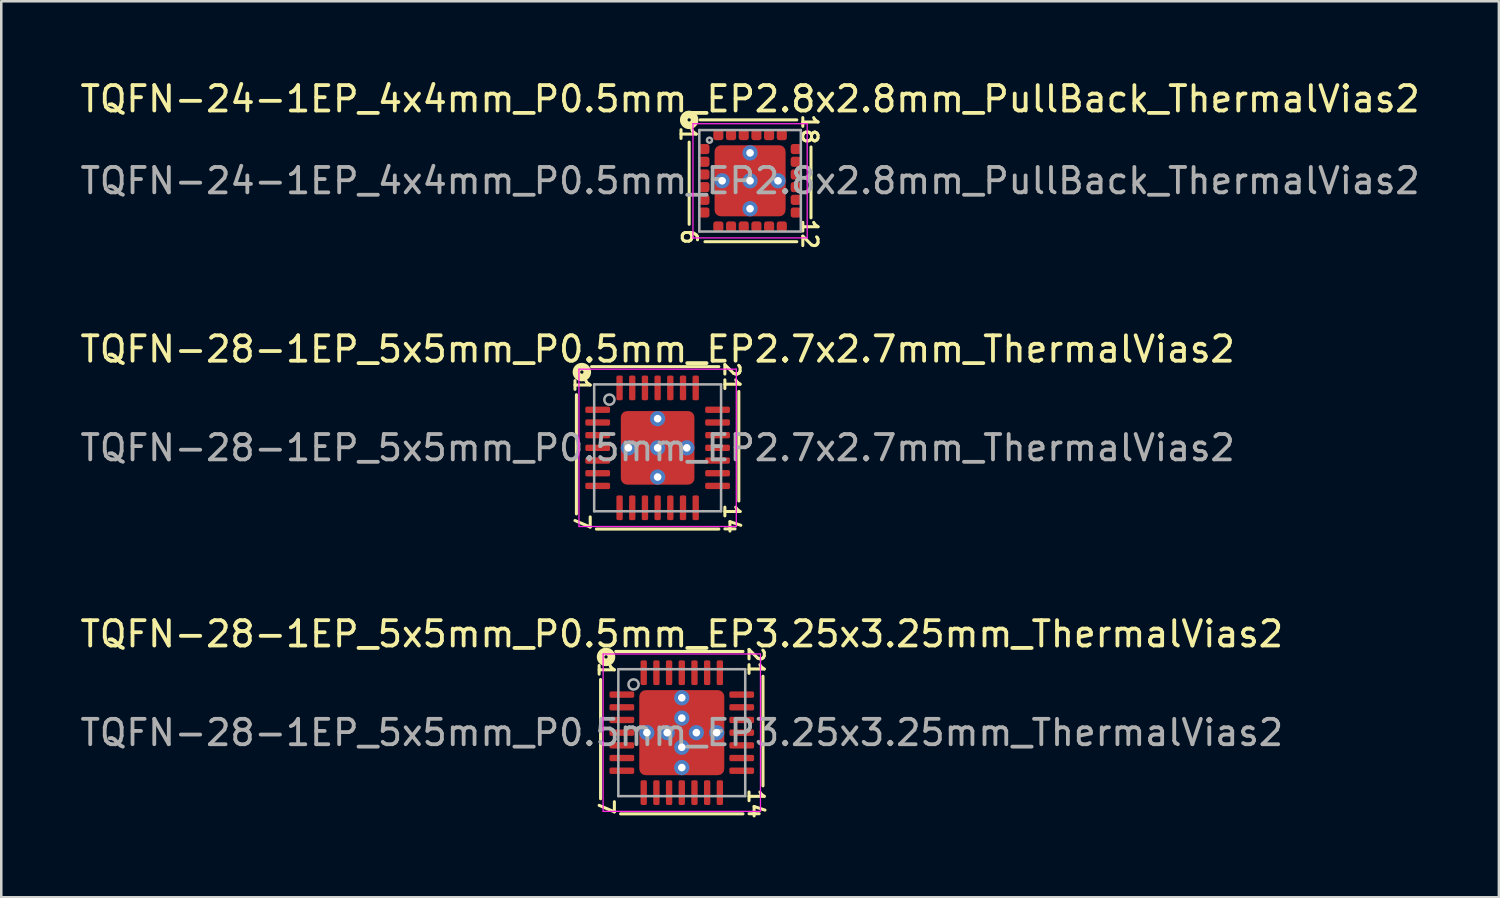
<source format=kicad_pcb>
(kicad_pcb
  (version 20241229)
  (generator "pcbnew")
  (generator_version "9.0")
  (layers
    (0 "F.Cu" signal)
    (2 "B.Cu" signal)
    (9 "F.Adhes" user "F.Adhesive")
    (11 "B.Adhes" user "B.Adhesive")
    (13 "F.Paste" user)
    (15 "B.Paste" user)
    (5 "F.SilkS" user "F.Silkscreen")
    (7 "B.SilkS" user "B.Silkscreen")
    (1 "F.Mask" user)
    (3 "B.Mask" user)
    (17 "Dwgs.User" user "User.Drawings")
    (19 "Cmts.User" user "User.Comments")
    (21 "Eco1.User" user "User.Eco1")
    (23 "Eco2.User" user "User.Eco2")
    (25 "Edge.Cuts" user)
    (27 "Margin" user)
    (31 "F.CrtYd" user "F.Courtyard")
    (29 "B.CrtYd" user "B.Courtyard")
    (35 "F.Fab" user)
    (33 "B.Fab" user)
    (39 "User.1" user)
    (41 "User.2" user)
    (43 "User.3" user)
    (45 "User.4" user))
  (footprint "TQFN-24-1EP_4x4mm_P0.5mm_EP2.8x2.8mm_PullBack_ThermalVias2"
    (layer "F.Cu")
    (at 26.506 4.074)
    (property "Reference" "TQFN-24-1EP_4x4mm_P0.5mm_EP2.8x2.8mm_PullBack_ThermalVias2" (at 0 -3.225 0) (layer "F.SilkS") (effects (font (size 1 1) (thickness 0.15))))
    (attr smd)
    (fp_line (start -2.4 -1.524) (end -2.4 1.714) (stroke (width 0.12) (type solid)) (layer "F.SilkS"))
    (fp_line (start -1.778 2.4) (end 1.841 2.4) (stroke (width 0.12) (type solid)) (layer "F.SilkS"))
    (fp_line (start 1.841 -2.4) (end -1.968 -2.4) (stroke (width 0.12) (type solid)) (layer "F.SilkS"))
    (fp_line (start 2.4 1.46) (end 2.4 -1.333) (stroke (width 0.12) (type solid)) (layer "F.SilkS"))
    (fp_circle (center -2.4 -2.4) (end -2.336 -2.4) (stroke (width 0.3) (type solid)) (fill no) (layer "F.SilkS"))
    (fp_line (start -2.25 -2.25) (end -2.25 2.25) (stroke (width 0.05) (type solid)) (layer "F.CrtYd"))
    (fp_line (start -2.25 2.25) (end 2.25 2.25) (stroke (width 0.05) (type solid)) (layer "F.CrtYd"))
    (fp_line (start 2.25 -2.25) (end -2.25 -2.25) (stroke (width 0.05) (type solid)) (layer "F.CrtYd"))
    (fp_line (start 2.25 2.25) (end 2.25 -2.25) (stroke (width 0.05) (type solid)) (layer "F.CrtYd"))
    (fp_line (start -2 -2) (end 2 -2) (stroke (width 0.1) (type solid)) (layer "F.Fab"))
    (fp_line (start -2 2) (end -2 -2) (stroke (width 0.1) (type solid)) (layer "F.Fab"))
    (fp_line (start 2 -2) (end 2 2) (stroke (width 0.1) (type solid)) (layer "F.Fab"))
    (fp_line (start 2 2) (end -2 2) (stroke (width 0.1) (type solid)) (layer "F.Fab"))
    (fp_circle (center -1.6 -1.6) (end -1.5 -1.6) (stroke (width 0.1) (type solid)) (fill no) (layer "F.Fab"))
    (fp_text user "1" (at -2.45 -1.841 270) (unlocked yes) (layer "F.SilkS") (effects (font (size 0.6 0.6) (thickness 0.12))))
    (fp_text user "12" (at 2.349 2.095 270) (unlocked yes) (layer "F.SilkS") (effects (font (size 0.6 0.6) (thickness 0.12))))
    (fp_text user "6" (at -2.4 2.209 270) (unlocked yes) (layer "F.SilkS") (effects (font (size 0.6 0.6) (thickness 0.12))))
    (fp_text user "18" (at 2.349 -2.032 270) (unlocked yes) (layer "F.SilkS") (effects (font (size 0.6 0.6) (thickness 0.12))))
    (fp_text user "${REFERENCE}" (at 0 0 0) (layer "F.Fab") (effects (font (size 1 1) (thickness 0.15))))
    (pad "" smd roundrect (at -0.8 -0.8) (size 0.7 0.7) (layers "F.Paste") (roundrect_rratio 0.25))
    (pad "" smd roundrect (at -0.8 -0.8 270) (size 1 1) (layers "F.Mask") (roundrect_rratio 0.25))
    (pad "" smd roundrect (at -0.8 0.8) (size 0.7 0.7) (layers "F.Paste") (roundrect_rratio 0.25))
    (pad "" smd roundrect (at -0.8 0.8 270) (size 1 1) (layers "F.Mask") (roundrect_rratio 0.25))
    (pad "" smd roundrect (at 0.8 -0.8) (size 0.7 0.7) (layers "F.Paste") (roundrect_rratio 0.25))
    (pad "" smd roundrect (at 0.8 -0.8 270) (size 1 1) (layers "F.Mask") (roundrect_rratio 0.25))
    (pad "" smd roundrect (at 0.8 0.8) (size 0.7 0.7) (layers "F.Paste") (roundrect_rratio 0.25))
    (pad "" smd roundrect (at 0.8 0.8 270) (size 1 1) (layers "F.Mask") (roundrect_rratio 0.25))
    (pad "1" smd roundrect (at -1.8 -1.25) (size 0.4 0.4) (layers "F.Cu" "F.Mask" "F.Paste") (roundrect_rratio 0.25))
    (pad "2" smd roundrect (at -1.8 -0.75) (size 0.4 0.4) (layers "F.Cu" "F.Mask" "F.Paste") (roundrect_rratio 0.25))
    (pad "3" smd roundrect (at -1.8 -0.25) (size 0.4 0.4) (layers "F.Cu" "F.Mask" "F.Paste") (roundrect_rratio 0.25))
    (pad "4" smd roundrect (at -1.8 0.25) (size 0.4 0.4) (layers "F.Cu" "F.Mask" "F.Paste") (roundrect_rratio 0.25))
    (pad "5" smd roundrect (at -1.8 0.75) (size 0.4 0.4) (layers "F.Cu" "F.Mask" "F.Paste") (roundrect_rratio 0.25))
    (pad "6" smd roundrect (at -1.8 1.25) (size 0.4 0.4) (layers "F.Cu" "F.Mask" "F.Paste") (roundrect_rratio 0.25))
    (pad "7" smd roundrect (at -1.25 1.8) (size 0.4 0.4) (layers "F.Cu" "F.Mask" "F.Paste") (roundrect_rratio 0.25))
    (pad "8" smd roundrect (at -0.75 1.8) (size 0.4 0.4) (layers "F.Cu" "F.Mask" "F.Paste") (roundrect_rratio 0.25))
    (pad "9" smd roundrect (at -0.25 1.8) (size 0.4 0.4) (layers "F.Cu" "F.Mask" "F.Paste") (roundrect_rratio 0.25))
    (pad "10" smd roundrect (at 0.25 1.8) (size 0.4 0.4) (layers "F.Cu" "F.Mask" "F.Paste") (roundrect_rratio 0.25))
    (pad "11" smd roundrect (at 0.75 1.8) (size 0.4 0.4) (layers "F.Cu" "F.Mask" "F.Paste") (roundrect_rratio 0.25))
    (pad "12" smd roundrect (at 1.25 1.8) (size 0.4 0.4) (layers "F.Cu" "F.Mask" "F.Paste") (roundrect_rratio 0.25))
    (pad "13" smd roundrect (at 1.8 1.25) (size 0.4 0.4) (layers "F.Cu" "F.Mask" "F.Paste") (roundrect_rratio 0.25))
    (pad "14" smd roundrect (at 1.8 0.75) (size 0.4 0.4) (layers "F.Cu" "F.Mask" "F.Paste") (roundrect_rratio 0.25))
    (pad "15" smd roundrect (at 1.8 0.25) (size 0.4 0.4) (layers "F.Cu" "F.Mask" "F.Paste") (roundrect_rratio 0.25))
    (pad "16" smd roundrect (at 1.8 -0.25) (size 0.4 0.4) (layers "F.Cu" "F.Mask" "F.Paste") (roundrect_rratio 0.25))
    (pad "17" smd roundrect (at 1.8 -0.75) (size 0.4 0.4) (layers "F.Cu" "F.Mask" "F.Paste") (roundrect_rratio 0.25))
    (pad "18" smd roundrect (at 1.8 -1.25) (size 0.4 0.4) (layers "F.Cu" "F.Mask" "F.Paste") (roundrect_rratio 0.25))
    (pad "19" smd roundrect (at 1.25 -1.8) (size 0.4 0.4) (layers "F.Cu" "F.Mask" "F.Paste") (roundrect_rratio 0.25))
    (pad "20" smd roundrect (at 0.75 -1.8) (size 0.4 0.4) (layers "F.Cu" "F.Mask" "F.Paste") (roundrect_rratio 0.25))
    (pad "21" smd roundrect (at 0.25 -1.8) (size 0.4 0.4) (layers "F.Cu" "F.Mask" "F.Paste") (roundrect_rratio 0.25))
    (pad "22" smd roundrect (at -0.25 -1.8) (size 0.4 0.4) (layers "F.Cu" "F.Mask" "F.Paste") (roundrect_rratio 0.25))
    (pad "23" smd roundrect (at -0.75 -1.8) (size 0.4 0.4) (layers "F.Cu" "F.Mask" "F.Paste") (roundrect_rratio 0.25))
    (pad "24" smd roundrect (at -1.25 -1.8) (size 0.4 0.4) (layers "F.Cu" "F.Mask" "F.Paste") (roundrect_rratio 0.25))
    (pad "25" thru_hole circle (at -1.1 0 180) (size 0.6 0.6) (drill 0.3) (property pad_prop_heatsink) (layers "*.Cu" "*.Mask"))
    (pad "25" thru_hole circle (at 0 -1.1 180) (size 0.6 0.6) (drill 0.3) (property pad_prop_heatsink) (layers "*.Cu" "*.Mask"))
    (pad "25" thru_hole circle (at 0 0 180) (size 0.6 0.6) (drill 0.3) (property pad_prop_heatsink) (layers "*.Cu" "*.Mask"))
    (pad "25" smd roundrect (at 0 0) (size 2.8 2.8) (layers "F.Cu") (roundrect_rratio 0.089))
    (pad "25" thru_hole circle (at 0 1.1 180) (size 0.6 0.6) (drill 0.3) (property pad_prop_heatsink) (layers "*.Cu" "*.Mask"))
    (pad "25" thru_hole circle (at 1.1 0 180) (size 0.6 0.6) (drill 0.3) (property pad_prop_heatsink) (layers "*.Cu" "*.Mask")))
  (footprint "TQFN-28-1EP_5x5mm_P0.5mm_EP2.7x2.7mm_ThermalVias2"
    (layer "F.Cu")
    (at 22.863 14.597)
    (property "Reference" "TQFN-28-1EP_5x5mm_P0.5mm_EP2.7x2.7mm_ThermalVias2" (at 0 -3.889 0) (layer "F.SilkS") (effects (font (size 1 1) (thickness 0.15))))
    (attr smd)
    (fp_line (start -3.2 -2.095) (end -3.2 2.603) (stroke (width 0.12) (type solid)) (layer "F.SilkS"))
    (fp_line (start -2.413 3.2) (end 2.413 3.2) (stroke (width 0.12) (type solid)) (layer "F.SilkS"))
    (fp_line (start 2.413 -3.2) (end -2.603 -3.2) (stroke (width 0.12) (type solid)) (layer "F.SilkS"))
    (fp_line (start 3.2 2.095) (end 3.2 -2.223) (stroke (width 0.12) (type solid)) (layer "F.SilkS"))
    (fp_circle (center -2.985 -2.985) (end -2.921 -2.985) (stroke (width 0.3) (type solid)) (fill no) (layer "F.SilkS"))
    (fp_line (start -3.1 -3.1) (end -3.1 3.1) (stroke (width 0.05) (type solid)) (layer "F.CrtYd"))
    (fp_line (start -3.1 3.1) (end 3.1 3.1) (stroke (width 0.05) (type solid)) (layer "F.CrtYd"))
    (fp_line (start 3.1 -3.1) (end -3.1 -3.1) (stroke (width 0.05) (type solid)) (layer "F.CrtYd"))
    (fp_line (start 3.1 3.1) (end 3.1 -3.1) (stroke (width 0.05) (type solid)) (layer "F.CrtYd"))
    (fp_line (start -2.5 -2.5) (end 2.5 -2.5) (stroke (width 0.1) (type solid)) (layer "F.Fab"))
    (fp_line (start -2.5 2.5) (end -2.5 -2.5) (stroke (width 0.1) (type solid)) (layer "F.Fab"))
    (fp_line (start 2.5 -2.5) (end 2.5 2.5) (stroke (width 0.1) (type solid)) (layer "F.Fab"))
    (fp_line (start 2.5 2.5) (end -2.5 2.5) (stroke (width 0.1) (type solid)) (layer "F.Fab"))
    (fp_circle (center -1.9 -1.9) (end -1.7 -1.9) (stroke (width 0.1) (type solid)) (fill no) (layer "F.Fab"))
    (fp_text user "1" (at -2.985 -2.477 270) (unlocked yes) (layer "F.SilkS") (effects (font (size 0.6 0.6) (thickness 0.12))))
    (fp_text user "21" (at 2.921 -2.794 270) (unlocked yes) (layer "F.SilkS") (effects (font (size 0.6 0.6) (thickness 0.12))))
    (fp_text user "7" (at -2.985 2.921 270) (unlocked yes) (layer "F.SilkS") (effects (font (size 0.6 0.6) (thickness 0.12))))
    (fp_text user "14" (at 2.921 2.794 270) (unlocked yes) (layer "F.SilkS") (effects (font (size 0.6 0.6) (thickness 0.12))))
    (fp_text user "${REFERENCE}" (at 0 0 0) (layer "F.Fab") (effects (font (size 1 1) (thickness 0.15))))
    (pad "" smd roundrect (at -0.825 -0.825) (size 0.75 0.75) (layers "F.Paste") (roundrect_rratio 0.25))
    (pad "" smd roundrect (at -0.825 -0.825 270) (size 1.05 1.05) (layers "F.Mask") (roundrect_rratio 0.238))
    (pad "" smd roundrect (at -0.825 0.825) (size 0.75 0.75) (layers "F.Paste") (roundrect_rratio 0.25))
    (pad "" smd roundrect (at -0.825 0.825 270) (size 1.05 1.05) (layers "F.Mask") (roundrect_rratio 0.238))
    (pad "" smd roundrect (at 0.825 -0.825) (size 0.75 0.75) (layers "F.Paste") (roundrect_rratio 0.25))
    (pad "" smd roundrect (at 0.825 -0.825 270) (size 1.05 1.05) (layers "F.Mask") (roundrect_rratio 0.238))
    (pad "" smd roundrect (at 0.825 0.825) (size 0.75 0.75) (layers "F.Paste") (roundrect_rratio 0.25))
    (pad "" smd roundrect (at 0.825 0.825 270) (size 1.05 1.05) (layers "F.Mask") (roundrect_rratio 0.238))
    (pad "1" smd roundrect (at -2.362 -1.5) (size 0.975 0.25) (layers "F.Cu" "F.Mask" "F.Paste") (roundrect_rratio 0.25))
    (pad "2" smd roundrect (at -2.362 -1) (size 0.975 0.25) (layers "F.Cu" "F.Mask" "F.Paste") (roundrect_rratio 0.25))
    (pad "3" smd roundrect (at -2.362 -0.5) (size 0.975 0.25) (layers "F.Cu" "F.Mask" "F.Paste") (roundrect_rratio 0.25))
    (pad "4" smd roundrect (at -2.362 0) (size 0.975 0.25) (layers "F.Cu" "F.Mask" "F.Paste") (roundrect_rratio 0.25))
    (pad "5" smd roundrect (at -2.362 0.5) (size 0.975 0.25) (layers "F.Cu" "F.Mask" "F.Paste") (roundrect_rratio 0.25))
    (pad "6" smd roundrect (at -2.362 1) (size 0.975 0.25) (layers "F.Cu" "F.Mask" "F.Paste") (roundrect_rratio 0.25))
    (pad "7" smd roundrect (at -2.362 1.5) (size 0.975 0.25) (layers "F.Cu" "F.Mask" "F.Paste") (roundrect_rratio 0.25))
    (pad "8" smd roundrect (at -1.5 2.362) (size 0.25 0.975) (layers "F.Cu" "F.Mask" "F.Paste") (roundrect_rratio 0.25))
    (pad "9" smd roundrect (at -1 2.362) (size 0.25 0.975) (layers "F.Cu" "F.Mask" "F.Paste") (roundrect_rratio 0.25))
    (pad "10" smd roundrect (at -0.5 2.362) (size 0.25 0.975) (layers "F.Cu" "F.Mask" "F.Paste") (roundrect_rratio 0.25))
    (pad "11" smd roundrect (at 0 2.362) (size 0.25 0.975) (layers "F.Cu" "F.Mask" "F.Paste") (roundrect_rratio 0.25))
    (pad "12" smd roundrect (at 0.5 2.362) (size 0.25 0.975) (layers "F.Cu" "F.Mask" "F.Paste") (roundrect_rratio 0.25))
    (pad "13" smd roundrect (at 1 2.362) (size 0.25 0.975) (layers "F.Cu" "F.Mask" "F.Paste") (roundrect_rratio 0.25))
    (pad "14" smd roundrect (at 1.5 2.362) (size 0.25 0.975) (layers "F.Cu" "F.Mask" "F.Paste") (roundrect_rratio 0.25))
    (pad "15" smd roundrect (at 2.362 1.5) (size 0.975 0.25) (layers "F.Cu" "F.Mask" "F.Paste") (roundrect_rratio 0.25))
    (pad "16" smd roundrect (at 2.362 1) (size 0.975 0.25) (layers "F.Cu" "F.Mask" "F.Paste") (roundrect_rratio 0.25))
    (pad "17" smd roundrect (at 2.362 0.5) (size 0.975 0.25) (layers "F.Cu" "F.Mask" "F.Paste") (roundrect_rratio 0.25))
    (pad "18" smd roundrect (at 2.362 0) (size 0.975 0.25) (layers "F.Cu" "F.Mask" "F.Paste") (roundrect_rratio 0.25))
    (pad "19" smd roundrect (at 2.362 -0.5) (size 0.975 0.25) (layers "F.Cu" "F.Mask" "F.Paste") (roundrect_rratio 0.25))
    (pad "20" smd roundrect (at 2.362 -1) (size 0.975 0.25) (layers "F.Cu" "F.Mask" "F.Paste") (roundrect_rratio 0.25))
    (pad "21" smd roundrect (at 2.362 -1.5) (size 0.975 0.25) (layers "F.Cu" "F.Mask" "F.Paste") (roundrect_rratio 0.25))
    (pad "22" smd roundrect (at 1.5 -2.362) (size 0.25 0.975) (layers "F.Cu" "F.Mask" "F.Paste") (roundrect_rratio 0.25))
    (pad "23" smd roundrect (at 1 -2.362) (size 0.25 0.975) (layers "F.Cu" "F.Mask" "F.Paste") (roundrect_rratio 0.25))
    (pad "24" smd roundrect (at 0.5 -2.362) (size 0.25 0.975) (layers "F.Cu" "F.Mask" "F.Paste") (roundrect_rratio 0.25))
    (pad "25" smd roundrect (at 0 -2.362) (size 0.25 0.975) (layers "F.Cu" "F.Mask" "F.Paste") (roundrect_rratio 0.25))
    (pad "26" smd roundrect (at -0.5 -2.362) (size 0.25 0.975) (layers "F.Cu" "F.Mask" "F.Paste") (roundrect_rratio 0.25))
    (pad "27" smd roundrect (at -1 -2.362) (size 0.25 0.975) (layers "F.Cu" "F.Mask" "F.Paste") (roundrect_rratio 0.25))
    (pad "28" smd roundrect (at -1.5 -2.362) (size 0.25 0.975) (layers "F.Cu" "F.Mask" "F.Paste") (roundrect_rratio 0.25))
    (pad "29" thru_hole circle (at -1.15 0 180) (size 0.6 0.6) (drill 0.3) (property pad_prop_heatsink) (layers "*.Cu" "*.Mask"))
    (pad "29" thru_hole circle (at 0 -1.15 180) (size 0.6 0.6) (drill 0.3) (property pad_prop_heatsink) (layers "*.Cu" "*.Mask"))
    (pad "29" thru_hole circle (at 0 0 180) (size 0.6 0.6) (drill 0.3) (property pad_prop_heatsink) (layers "*.Cu" "*.Mask"))
    (pad "29" smd roundrect (at 0 0) (size 2.9 2.9) (layers "F.Cu") (roundrect_rratio 0.086))
    (pad "29" thru_hole circle (at 0 1.15 180) (size 0.6 0.6) (drill 0.3) (property pad_prop_heatsink) (layers "*.Cu" "*.Mask"))
    (pad "29" thru_hole circle (at 1.15 0 180) (size 0.6 0.6) (drill 0.3) (property pad_prop_heatsink) (layers "*.Cu" "*.Mask")))
  (footprint "TQFN-28-1EP_5x5mm_P0.5mm_EP3.25x3.25mm_ThermalVias2"
    (layer "F.Cu")
    (at 23.815 25.82)
    (property "Reference" "TQFN-28-1EP_5x5mm_P0.5mm_EP3.25x3.25mm_ThermalVias2" (at 0 -3.889 0) (layer "F.SilkS") (effects (font (size 1 1) (thickness 0.15))))
    (attr smd)
    (fp_line (start -3.2 -2.095) (end -3.2 2.603) (stroke (width 0.12) (type solid)) (layer "F.SilkS"))
    (fp_line (start -2.413 3.2) (end 2.413 3.2) (stroke (width 0.12) (type solid)) (layer "F.SilkS"))
    (fp_line (start 2.413 -3.2) (end -2.603 -3.2) (stroke (width 0.12) (type solid)) (layer "F.SilkS"))
    (fp_line (start 3.2 2.095) (end 3.2 -2.223) (stroke (width 0.12) (type solid)) (layer "F.SilkS"))
    (fp_circle (center -2.985 -2.985) (end -2.921 -2.985) (stroke (width 0.3) (type solid)) (fill no) (layer "F.SilkS"))
    (fp_line (start -3.1 -3.1) (end -3.1 3.1) (stroke (width 0.05) (type solid)) (layer "F.CrtYd"))
    (fp_line (start -3.1 3.1) (end 3.1 3.1) (stroke (width 0.05) (type solid)) (layer "F.CrtYd"))
    (fp_line (start 3.1 -3.1) (end -3.1 -3.1) (stroke (width 0.05) (type solid)) (layer "F.CrtYd"))
    (fp_line (start 3.1 3.1) (end 3.1 -3.1) (stroke (width 0.05) (type solid)) (layer "F.CrtYd"))
    (fp_line (start -2.5 -2.5) (end 2.5 -2.5) (stroke (width 0.1) (type solid)) (layer "F.Fab"))
    (fp_line (start -2.5 2.5) (end -2.5 -2.5) (stroke (width 0.1) (type solid)) (layer "F.Fab"))
    (fp_line (start 2.5 -2.5) (end 2.5 2.5) (stroke (width 0.1) (type solid)) (layer "F.Fab"))
    (fp_line (start 2.5 2.5) (end -2.5 2.5) (stroke (width 0.1) (type solid)) (layer "F.Fab"))
    (fp_circle (center -1.9 -1.9) (end -1.7 -1.9) (stroke (width 0.1) (type solid)) (fill no) (layer "F.Fab"))
    (fp_text user "21" (at 2.921 -2.794 270) (unlocked yes) (layer "F.SilkS") (effects (font (size 0.6 0.6) (thickness 0.12))))
    (fp_text user "7" (at -2.985 2.921 270) (unlocked yes) (layer "F.SilkS") (effects (font (size 0.6 0.6) (thickness 0.12))))
    (fp_text user "14" (at 2.921 2.794 270) (unlocked yes) (layer "F.SilkS") (effects (font (size 0.6 0.6) (thickness 0.12))))
    (fp_text user "1" (at -2.985 -2.477 270) (unlocked yes) (layer "F.SilkS") (effects (font (size 0.6 0.6) (thickness 0.12))))
    (fp_text user "${REFERENCE}" (at 0 0 0) (layer "F.Fab") (effects (font (size 1 1) (thickness 0.15))))
    (pad "" smd roundrect (at -0.925 -0.925) (size 0.95 0.95) (layers "F.Paste") (roundrect_rratio 0.25))
    (pad "" smd roundrect (at -0.925 0.925) (size 0.95 0.95) (layers "F.Paste") (roundrect_rratio 0.25))
    (pad "" smd roundrect (at -0.912 -0.912 270) (size 1.325 1.325) (layers "F.Mask") (roundrect_rratio 0.189))
    (pad "" smd roundrect (at -0.912 0.912 270) (size 1.325 1.325) (layers "F.Mask") (roundrect_rratio 0.189))
    (pad "" smd roundrect (at 0.912 -0.912 270) (size 1.325 1.325) (layers "F.Mask") (roundrect_rratio 0.189))
    (pad "" smd roundrect (at 0.912 0.912 270) (size 1.325 1.325) (layers "F.Mask") (roundrect_rratio 0.189))
    (pad "" smd roundrect (at 0.925 -0.925) (size 0.95 0.95) (layers "F.Paste") (roundrect_rratio 0.25))
    (pad "" smd roundrect (at 0.925 0.925) (size 0.95 0.95) (layers "F.Paste") (roundrect_rratio 0.25))
    (pad "1" smd roundrect (at -2.362 -1.5) (size 0.975 0.25) (layers "F.Cu" "F.Mask" "F.Paste") (roundrect_rratio 0.25))
    (pad "2" smd roundrect (at -2.362 -1) (size 0.975 0.25) (layers "F.Cu" "F.Mask" "F.Paste") (roundrect_rratio 0.25))
    (pad "3" smd roundrect (at -2.362 -0.5) (size 0.975 0.25) (layers "F.Cu" "F.Mask" "F.Paste") (roundrect_rratio 0.25))
    (pad "4" smd roundrect (at -2.362 0) (size 0.975 0.25) (layers "F.Cu" "F.Mask" "F.Paste") (roundrect_rratio 0.25))
    (pad "5" smd roundrect (at -2.362 0.5) (size 0.975 0.25) (layers "F.Cu" "F.Mask" "F.Paste") (roundrect_rratio 0.25))
    (pad "6" smd roundrect (at -2.362 1) (size 0.975 0.25) (layers "F.Cu" "F.Mask" "F.Paste") (roundrect_rratio 0.25))
    (pad "7" smd roundrect (at -2.362 1.5) (size 0.975 0.25) (layers "F.Cu" "F.Mask" "F.Paste") (roundrect_rratio 0.25))
    (pad "8" smd roundrect (at -1.5 2.362) (size 0.25 0.975) (layers "F.Cu" "F.Mask" "F.Paste") (roundrect_rratio 0.25))
    (pad "9" smd roundrect (at -1 2.362) (size 0.25 0.975) (layers "F.Cu" "F.Mask" "F.Paste") (roundrect_rratio 0.25))
    (pad "10" smd roundrect (at -0.5 2.362) (size 0.25 0.975) (layers "F.Cu" "F.Mask" "F.Paste") (roundrect_rratio 0.25))
    (pad "11" smd roundrect (at 0 2.362) (size 0.25 0.975) (layers "F.Cu" "F.Mask" "F.Paste") (roundrect_rratio 0.25))
    (pad "12" smd roundrect (at 0.5 2.362) (size 0.25 0.975) (layers "F.Cu" "F.Mask" "F.Paste") (roundrect_rratio 0.25))
    (pad "13" smd roundrect (at 1 2.362) (size 0.25 0.975) (layers "F.Cu" "F.Mask" "F.Paste") (roundrect_rratio 0.25))
    (pad "14" smd roundrect (at 1.5 2.362) (size 0.25 0.975) (layers "F.Cu" "F.Mask" "F.Paste") (roundrect_rratio 0.25))
    (pad "15" smd roundrect (at 2.362 1.5) (size 0.975 0.25) (layers "F.Cu" "F.Mask" "F.Paste") (roundrect_rratio 0.25))
    (pad "16" smd roundrect (at 2.362 1) (size 0.975 0.25) (layers "F.Cu" "F.Mask" "F.Paste") (roundrect_rratio 0.25))
    (pad "17" smd roundrect (at 2.362 0.5) (size 0.975 0.25) (layers "F.Cu" "F.Mask" "F.Paste") (roundrect_rratio 0.25))
    (pad "18" smd roundrect (at 2.362 0) (size 0.975 0.25) (layers "F.Cu" "F.Mask" "F.Paste") (roundrect_rratio 0.25))
    (pad "19" smd roundrect (at 2.362 -0.5) (size 0.975 0.25) (layers "F.Cu" "F.Mask" "F.Paste") (roundrect_rratio 0.25))
    (pad "20" smd roundrect (at 2.362 -1) (size 0.975 0.25) (layers "F.Cu" "F.Mask" "F.Paste") (roundrect_rratio 0.25))
    (pad "21" smd roundrect (at 2.362 -1.5) (size 0.975 0.25) (layers "F.Cu" "F.Mask" "F.Paste") (roundrect_rratio 0.25))
    (pad "22" smd roundrect (at 1.5 -2.362) (size 0.25 0.975) (layers "F.Cu" "F.Mask" "F.Paste") (roundrect_rratio 0.25))
    (pad "23" smd roundrect (at 1 -2.362) (size 0.25 0.975) (layers "F.Cu" "F.Mask" "F.Paste") (roundrect_rratio 0.25))
    (pad "24" smd roundrect (at 0.5 -2.362) (size 0.25 0.975) (layers "F.Cu" "F.Mask" "F.Paste") (roundrect_rratio 0.25))
    (pad "25" smd roundrect (at 0 -2.362) (size 0.25 0.975) (layers "F.Cu" "F.Mask" "F.Paste") (roundrect_rratio 0.25))
    (pad "26" smd roundrect (at -0.5 -2.362) (size 0.25 0.975) (layers "F.Cu" "F.Mask" "F.Paste") (roundrect_rratio 0.25))
    (pad "27" smd roundrect (at -1 -2.362) (size 0.25 0.975) (layers "F.Cu" "F.Mask" "F.Paste") (roundrect_rratio 0.25))
    (pad "28" smd roundrect (at -1.5 -2.362) (size 0.25 0.975) (layers "F.Cu" "F.Mask" "F.Paste") (roundrect_rratio 0.25))
    (pad "29" thru_hole circle (at -1.375 0 180) (size 0.6 0.6) (drill 0.3) (property pad_prop_heatsink) (layers "*.Cu" "*.Mask"))
    (pad "29" thru_hole circle (at -0.575 0 180) (size 0.6 0.6) (drill 0.3) (property pad_prop_heatsink) (layers "*.Cu" "*.Mask"))
    (pad "29" thru_hole circle (at 0 -1.375 180) (size 0.6 0.6) (drill 0.3) (property pad_prop_heatsink) (layers "*.Cu" "*.Mask"))
    (pad "29" thru_hole circle (at 0 -0.575 180) (size 0.6 0.6) (drill 0.3) (property pad_prop_heatsink) (layers "*.Cu" "*.Mask"))
    (pad "29" smd roundrect (at 0 0) (size 3.35 3.35) (layers "F.Cu") (roundrect_rratio 0.075))
    (pad "29" thru_hole circle (at 0 0.575 180) (size 0.6 0.6) (drill 0.3) (property pad_prop_heatsink) (layers "*.Cu" "*.Mask"))
    (pad "29" thru_hole circle (at 0 1.375 180) (size 0.6 0.6) (drill 0.3) (property pad_prop_heatsink) (layers "*.Cu" "*.Mask"))
    (pad "29" thru_hole circle (at 0.575 0 180) (size 0.6 0.6) (drill 0.3) (property pad_prop_heatsink) (layers "*.Cu" "*.Mask"))
    (pad "29" thru_hole circle (at 1.375 0 180) (size 0.6 0.6) (drill 0.3) (property pad_prop_heatsink) (layers "*.Cu" "*.Mask")))
  (gr_rect
    (start -3 -3)
    (end 56.012 32.305)
    (stroke (width 0.1) (type default))
    (fill no)
    (layer "Edge.Cuts")))
</source>
